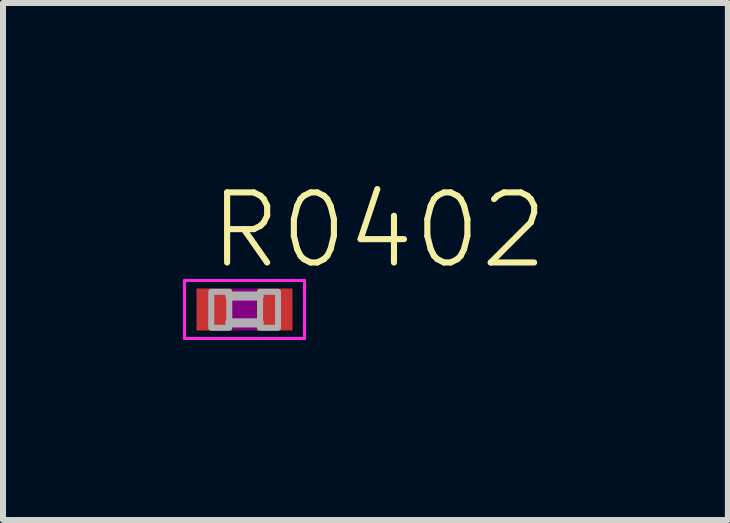
<source format=kicad_pcb>
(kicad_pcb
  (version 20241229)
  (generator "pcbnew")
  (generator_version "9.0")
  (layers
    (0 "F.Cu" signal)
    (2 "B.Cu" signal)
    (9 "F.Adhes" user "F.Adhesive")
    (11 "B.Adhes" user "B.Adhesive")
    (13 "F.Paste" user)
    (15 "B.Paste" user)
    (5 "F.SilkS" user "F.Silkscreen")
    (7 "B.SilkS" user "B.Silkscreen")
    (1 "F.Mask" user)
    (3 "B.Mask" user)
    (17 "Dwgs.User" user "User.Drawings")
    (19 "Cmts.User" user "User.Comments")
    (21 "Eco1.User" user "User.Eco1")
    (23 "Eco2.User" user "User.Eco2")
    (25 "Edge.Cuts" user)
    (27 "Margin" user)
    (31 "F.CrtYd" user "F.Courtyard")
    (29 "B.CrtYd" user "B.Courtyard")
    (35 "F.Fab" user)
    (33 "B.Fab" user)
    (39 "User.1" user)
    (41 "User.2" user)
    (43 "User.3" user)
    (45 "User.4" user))
  (footprint "R0402"
    (layer "F.Cu")
    (at 1.025 2.108)
    (property "Reference" "R0402" (at -0.635 -0.635 0) (layer "F.SilkS") (effects (font (size 1.168 1.168) (thickness 0.102)) (justify left bottom)))
    (fp_poly (pts (xy -0.2 0.35) (xy 0.2 0.35) (xy 0.2 -0.35) (xy -0.2 -0.35)) (stroke (width 0) (type solid)) (fill yes) (layer "F.Adhes"))
    (fp_line (start -1 -0.483) (end 1 -0.483) (stroke (width 0.051) (type solid)) (layer "F.CrtYd"))
    (fp_line (start -1 0.483) (end -1 -0.483) (stroke (width 0.051) (type solid)) (layer "F.CrtYd"))
    (fp_line (start 1 -0.483) (end 1 0.483) (stroke (width 0.051) (type solid)) (layer "F.CrtYd"))
    (fp_line (start 1 0.483) (end -1 0.483) (stroke (width 0.051) (type solid)) (layer "F.CrtYd"))
    (fp_line (start -0.245 -0.224) (end 0.245 -0.224) (stroke (width 0.152) (type solid)) (layer "F.Fab"))
    (fp_line (start 0.245 0.224) (end -0.245 0.224) (stroke (width 0.152) (type solid)) (layer "F.Fab"))
    (fp_poly (pts (xy -0.554 0.305) (xy -0.254 0.305) (xy -0.254 -0.295) (xy -0.554 -0.295)) (stroke (width 0.1) (type solid)) (fill no) (layer "F.Fab"))
    (fp_poly (pts (xy 0.259 0.305) (xy 0.559 0.305) (xy 0.559 -0.295) (xy 0.259 -0.295)) (stroke (width 0.1) (type solid)) (fill no) (layer "F.Fab"))
    (pad "1" smd rect (at -0.5 0) (size 0.6 0.7) (layers "F.Cu" "F.Mask" "F.Paste"))
    (pad "2" smd rect (at 0.5 0) (size 0.6 0.7) (layers "F.Cu" "F.Mask" "F.Paste")))
  (gr_rect
    (start -3 -3)
    (end 9.081 5.617)
    (stroke (width 0.1) (type default))
    (fill no)
    (layer "Edge.Cuts")))
</source>
